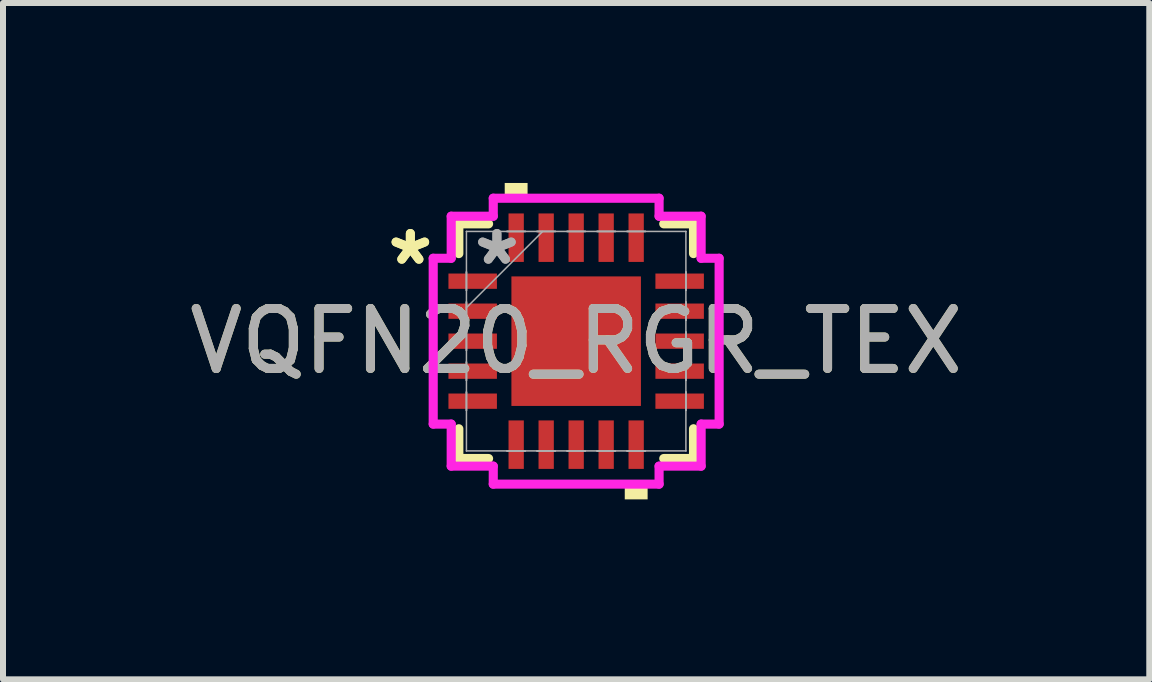
<source format=kicad_pcb>
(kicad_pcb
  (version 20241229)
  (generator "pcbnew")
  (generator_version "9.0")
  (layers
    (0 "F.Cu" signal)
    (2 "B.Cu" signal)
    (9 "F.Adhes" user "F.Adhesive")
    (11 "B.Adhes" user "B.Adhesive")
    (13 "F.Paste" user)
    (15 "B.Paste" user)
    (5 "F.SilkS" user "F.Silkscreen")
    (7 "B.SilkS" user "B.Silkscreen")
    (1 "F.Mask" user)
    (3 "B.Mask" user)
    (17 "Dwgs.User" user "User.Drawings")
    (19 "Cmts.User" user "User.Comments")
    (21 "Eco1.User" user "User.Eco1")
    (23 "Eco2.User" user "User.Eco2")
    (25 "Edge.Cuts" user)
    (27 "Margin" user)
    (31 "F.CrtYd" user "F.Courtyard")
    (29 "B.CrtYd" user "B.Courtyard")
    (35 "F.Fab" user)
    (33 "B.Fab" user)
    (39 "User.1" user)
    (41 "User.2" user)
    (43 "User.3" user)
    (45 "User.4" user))
  (footprint "VQFN20_RGR_TEX"
    (layer "F.Cu")
    (at 6.554 2.637)
    (property "Reference" "VQFN20_RGR_TEX" (at 0 0 0) (unlocked yes) (layer "F.SilkS") (effects (font (size 1 1) (thickness 0.15))))
    (attr smd)
    (fp_line (start -1.956 -1.956) (end -1.956 -1.46) (stroke (width 0.152) (type solid)) (layer "F.SilkS"))
    (fp_line (start -1.956 1.46) (end -1.956 1.956) (stroke (width 0.152) (type solid)) (layer "F.SilkS"))
    (fp_line (start -1.956 1.956) (end -1.46 1.956) (stroke (width 0.152) (type solid)) (layer "F.SilkS"))
    (fp_line (start -1.46 -1.956) (end -1.956 -1.956) (stroke (width 0.152) (type solid)) (layer "F.SilkS"))
    (fp_line (start 1.46 1.956) (end 1.956 1.956) (stroke (width 0.152) (type solid)) (layer "F.SilkS"))
    (fp_line (start 1.956 -1.956) (end 1.46 -1.956) (stroke (width 0.152) (type solid)) (layer "F.SilkS"))
    (fp_line (start 1.956 -1.46) (end 1.956 -1.956) (stroke (width 0.152) (type solid)) (layer "F.SilkS"))
    (fp_line (start 1.956 1.956) (end 1.956 1.46) (stroke (width 0.152) (type solid)) (layer "F.SilkS"))
    (fp_poly (pts (xy -1.191 -2.383) (xy -1.191 -2.637) (xy -0.81 -2.637) (xy -0.81 -2.383)) (stroke (width 0) (type solid)) (fill yes) (layer "F.SilkS"))
    (fp_poly (pts (xy 0.81 2.383) (xy 0.81 2.637) (xy 1.191 2.637) (xy 1.191 2.383)) (stroke (width 0) (type solid)) (fill yes) (layer "F.SilkS"))
    (fp_line (start -2.383 -1.382) (end -2.083 -1.382) (stroke (width 0.152) (type solid)) (layer "F.CrtYd"))
    (fp_line (start -2.383 1.382) (end -2.383 -1.382) (stroke (width 0.152) (type solid)) (layer "F.CrtYd"))
    (fp_line (start -2.083 -2.083) (end -1.382 -2.083) (stroke (width 0.152) (type solid)) (layer "F.CrtYd"))
    (fp_line (start -2.083 -1.382) (end -2.083 -2.083) (stroke (width 0.152) (type solid)) (layer "F.CrtYd"))
    (fp_line (start -2.083 1.382) (end -2.383 1.382) (stroke (width 0.152) (type solid)) (layer "F.CrtYd"))
    (fp_line (start -2.083 2.083) (end -2.083 1.382) (stroke (width 0.152) (type solid)) (layer "F.CrtYd"))
    (fp_line (start -1.382 -2.383) (end 1.382 -2.383) (stroke (width 0.152) (type solid)) (layer "F.CrtYd"))
    (fp_line (start -1.382 -2.083) (end -1.382 -2.383) (stroke (width 0.152) (type solid)) (layer "F.CrtYd"))
    (fp_line (start -1.382 2.083) (end -2.083 2.083) (stroke (width 0.152) (type solid)) (layer "F.CrtYd"))
    (fp_line (start -1.382 2.383) (end -1.382 2.083) (stroke (width 0.152) (type solid)) (layer "F.CrtYd"))
    (fp_line (start 1.382 -2.383) (end 1.382 -2.083) (stroke (width 0.152) (type solid)) (layer "F.CrtYd"))
    (fp_line (start 1.382 -2.083) (end 2.083 -2.083) (stroke (width 0.152) (type solid)) (layer "F.CrtYd"))
    (fp_line (start 1.382 2.083) (end 1.382 2.383) (stroke (width 0.152) (type solid)) (layer "F.CrtYd"))
    (fp_line (start 1.382 2.383) (end -1.382 2.383) (stroke (width 0.152) (type solid)) (layer "F.CrtYd"))
    (fp_line (start 2.083 -2.083) (end 2.083 -1.382) (stroke (width 0.152) (type solid)) (layer "F.CrtYd"))
    (fp_line (start 2.083 -1.382) (end 2.383 -1.382) (stroke (width 0.152) (type solid)) (layer "F.CrtYd"))
    (fp_line (start 2.083 1.382) (end 2.083 2.083) (stroke (width 0.152) (type solid)) (layer "F.CrtYd"))
    (fp_line (start 2.083 2.083) (end 1.382 2.083) (stroke (width 0.152) (type solid)) (layer "F.CrtYd"))
    (fp_line (start 2.383 -1.382) (end 2.383 1.382) (stroke (width 0.152) (type solid)) (layer "F.CrtYd"))
    (fp_line (start 2.383 1.382) (end 2.083 1.382) (stroke (width 0.152) (type solid)) (layer "F.CrtYd"))
    (fp_line (start -1.829 -1.829) (end -1.829 -1.829) (stroke (width 0.025) (type solid)) (layer "F.Fab"))
    (fp_line (start -1.829 -1.829) (end -1.829 1.829) (stroke (width 0.025) (type solid)) (layer "F.Fab"))
    (fp_line (start -1.829 -1.153) (end -1.829 -1.153) (stroke (width 0.025) (type solid)) (layer "F.Fab"))
    (fp_line (start -1.829 -1.153) (end -1.829 -0.848) (stroke (width 0.025) (type solid)) (layer "F.Fab"))
    (fp_line (start -1.829 -0.848) (end -1.829 -1.153) (stroke (width 0.025) (type solid)) (layer "F.Fab"))
    (fp_line (start -1.829 -0.848) (end -1.829 -0.848) (stroke (width 0.025) (type solid)) (layer "F.Fab"))
    (fp_line (start -1.829 -0.653) (end -1.829 -0.653) (stroke (width 0.025) (type solid)) (layer "F.Fab"))
    (fp_line (start -1.829 -0.653) (end -1.829 -0.348) (stroke (width 0.025) (type solid)) (layer "F.Fab"))
    (fp_line (start -1.829 -0.559) (end -0.559 -1.829) (stroke (width 0.025) (type solid)) (layer "F.Fab"))
    (fp_line (start -1.829 -0.348) (end -1.829 -0.653) (stroke (width 0.025) (type solid)) (layer "F.Fab"))
    (fp_line (start -1.829 -0.348) (end -1.829 -0.348) (stroke (width 0.025) (type solid)) (layer "F.Fab"))
    (fp_line (start -1.829 -0.152) (end -1.829 -0.152) (stroke (width 0.025) (type solid)) (layer "F.Fab"))
    (fp_line (start -1.829 -0.152) (end -1.829 0.152) (stroke (width 0.025) (type solid)) (layer "F.Fab"))
    (fp_line (start -1.829 0.152) (end -1.829 -0.152) (stroke (width 0.025) (type solid)) (layer "F.Fab"))
    (fp_line (start -1.829 0.152) (end -1.829 0.152) (stroke (width 0.025) (type solid)) (layer "F.Fab"))
    (fp_line (start -1.829 0.348) (end -1.829 0.348) (stroke (width 0.025) (type solid)) (layer "F.Fab"))
    (fp_line (start -1.829 0.348) (end -1.829 0.653) (stroke (width 0.025) (type solid)) (layer "F.Fab"))
    (fp_line (start -1.829 0.653) (end -1.829 0.348) (stroke (width 0.025) (type solid)) (layer "F.Fab"))
    (fp_line (start -1.829 0.653) (end -1.829 0.653) (stroke (width 0.025) (type solid)) (layer "F.Fab"))
    (fp_line (start -1.829 0.848) (end -1.829 0.848) (stroke (width 0.025) (type solid)) (layer "F.Fab"))
    (fp_line (start -1.829 0.848) (end -1.829 1.153) (stroke (width 0.025) (type solid)) (layer "F.Fab"))
    (fp_line (start -1.829 1.153) (end -1.829 0.848) (stroke (width 0.025) (type solid)) (layer "F.Fab"))
    (fp_line (start -1.829 1.153) (end -1.829 1.153) (stroke (width 0.025) (type solid)) (layer "F.Fab"))
    (fp_line (start -1.829 1.829) (end -1.829 1.829) (stroke (width 0.025) (type solid)) (layer "F.Fab"))
    (fp_line (start -1.829 1.829) (end 1.829 1.829) (stroke (width 0.025) (type solid)) (layer "F.Fab"))
    (fp_line (start -1.153 -1.829) (end -1.153 -1.829) (stroke (width 0.025) (type solid)) (layer "F.Fab"))
    (fp_line (start -1.153 -1.829) (end -0.848 -1.829) (stroke (width 0.025) (type solid)) (layer "F.Fab"))
    (fp_line (start -1.153 1.829) (end -1.153 1.829) (stroke (width 0.025) (type solid)) (layer "F.Fab"))
    (fp_line (start -1.153 1.829) (end -0.848 1.829) (stroke (width 0.025) (type solid)) (layer "F.Fab"))
    (fp_line (start -0.848 -1.829) (end -1.153 -1.829) (stroke (width 0.025) (type solid)) (layer "F.Fab"))
    (fp_line (start -0.848 -1.829) (end -0.848 -1.829) (stroke (width 0.025) (type solid)) (layer "F.Fab"))
    (fp_line (start -0.848 1.829) (end -1.153 1.829) (stroke (width 0.025) (type solid)) (layer "F.Fab"))
    (fp_line (start -0.848 1.829) (end -0.848 1.829) (stroke (width 0.025) (type solid)) (layer "F.Fab"))
    (fp_line (start -0.653 -1.829) (end -0.653 -1.829) (stroke (width 0.025) (type solid)) (layer "F.Fab"))
    (fp_line (start -0.653 -1.829) (end -0.348 -1.829) (stroke (width 0.025) (type solid)) (layer "F.Fab"))
    (fp_line (start -0.653 1.829) (end -0.653 1.829) (stroke (width 0.025) (type solid)) (layer "F.Fab"))
    (fp_line (start -0.653 1.829) (end -0.348 1.829) (stroke (width 0.025) (type solid)) (layer "F.Fab"))
    (fp_line (start -0.348 -1.829) (end -0.653 -1.829) (stroke (width 0.025) (type solid)) (layer "F.Fab"))
    (fp_line (start -0.348 -1.829) (end -0.348 -1.829) (stroke (width 0.025) (type solid)) (layer "F.Fab"))
    (fp_line (start -0.348 1.829) (end -0.653 1.829) (stroke (width 0.025) (type solid)) (layer "F.Fab"))
    (fp_line (start -0.348 1.829) (end -0.348 1.829) (stroke (width 0.025) (type solid)) (layer "F.Fab"))
    (fp_line (start -0.152 -1.829) (end -0.152 -1.829) (stroke (width 0.025) (type solid)) (layer "F.Fab"))
    (fp_line (start -0.152 -1.829) (end 0.152 -1.829) (stroke (width 0.025) (type solid)) (layer "F.Fab"))
    (fp_line (start -0.152 1.829) (end -0.152 1.829) (stroke (width 0.025) (type solid)) (layer "F.Fab"))
    (fp_line (start -0.152 1.829) (end 0.152 1.829) (stroke (width 0.025) (type solid)) (layer "F.Fab"))
    (fp_line (start 0.152 -1.829) (end -0.152 -1.829) (stroke (width 0.025) (type solid)) (layer "F.Fab"))
    (fp_line (start 0.152 -1.829) (end 0.152 -1.829) (stroke (width 0.025) (type solid)) (layer "F.Fab"))
    (fp_line (start 0.152 1.829) (end -0.152 1.829) (stroke (width 0.025) (type solid)) (layer "F.Fab"))
    (fp_line (start 0.152 1.829) (end 0.152 1.829) (stroke (width 0.025) (type solid)) (layer "F.Fab"))
    (fp_line (start 0.348 -1.829) (end 0.348 -1.829) (stroke (width 0.025) (type solid)) (layer "F.Fab"))
    (fp_line (start 0.348 -1.829) (end 0.653 -1.829) (stroke (width 0.025) (type solid)) (layer "F.Fab"))
    (fp_line (start 0.348 1.829) (end 0.348 1.829) (stroke (width 0.025) (type solid)) (layer "F.Fab"))
    (fp_line (start 0.348 1.829) (end 0.653 1.829) (stroke (width 0.025) (type solid)) (layer "F.Fab"))
    (fp_line (start 0.653 -1.829) (end 0.348 -1.829) (stroke (width 0.025) (type solid)) (layer "F.Fab"))
    (fp_line (start 0.653 -1.829) (end 0.653 -1.829) (stroke (width 0.025) (type solid)) (layer "F.Fab"))
    (fp_line (start 0.653 1.829) (end 0.348 1.829) (stroke (width 0.025) (type solid)) (layer "F.Fab"))
    (fp_line (start 0.653 1.829) (end 0.653 1.829) (stroke (width 0.025) (type solid)) (layer "F.Fab"))
    (fp_line (start 0.848 -1.829) (end 0.848 -1.829) (stroke (width 0.025) (type solid)) (layer "F.Fab"))
    (fp_line (start 0.848 -1.829) (end 1.153 -1.829) (stroke (width 0.025) (type solid)) (layer "F.Fab"))
    (fp_line (start 0.848 1.829) (end 0.848 1.829) (stroke (width 0.025) (type solid)) (layer "F.Fab"))
    (fp_line (start 0.848 1.829) (end 1.153 1.829) (stroke (width 0.025) (type solid)) (layer "F.Fab"))
    (fp_line (start 1.153 -1.829) (end 0.848 -1.829) (stroke (width 0.025) (type solid)) (layer "F.Fab"))
    (fp_line (start 1.153 -1.829) (end 1.153 -1.829) (stroke (width 0.025) (type solid)) (layer "F.Fab"))
    (fp_line (start 1.153 1.829) (end 0.848 1.829) (stroke (width 0.025) (type solid)) (layer "F.Fab"))
    (fp_line (start 1.153 1.829) (end 1.153 1.829) (stroke (width 0.025) (type solid)) (layer "F.Fab"))
    (fp_line (start 1.829 -1.829) (end -1.829 -1.829) (stroke (width 0.025) (type solid)) (layer "F.Fab"))
    (fp_line (start 1.829 -1.829) (end 1.829 -1.829) (stroke (width 0.025) (type solid)) (layer "F.Fab"))
    (fp_line (start 1.829 -1.153) (end 1.829 -1.153) (stroke (width 0.025) (type solid)) (layer "F.Fab"))
    (fp_line (start 1.829 -1.153) (end 1.829 -0.848) (stroke (width 0.025) (type solid)) (layer "F.Fab"))
    (fp_line (start 1.829 -0.848) (end 1.829 -1.153) (stroke (width 0.025) (type solid)) (layer "F.Fab"))
    (fp_line (start 1.829 -0.848) (end 1.829 -0.848) (stroke (width 0.025) (type solid)) (layer "F.Fab"))
    (fp_line (start 1.829 -0.653) (end 1.829 -0.653) (stroke (width 0.025) (type solid)) (layer "F.Fab"))
    (fp_line (start 1.829 -0.653) (end 1.829 -0.348) (stroke (width 0.025) (type solid)) (layer "F.Fab"))
    (fp_line (start 1.829 -0.348) (end 1.829 -0.653) (stroke (width 0.025) (type solid)) (layer "F.Fab"))
    (fp_line (start 1.829 -0.348) (end 1.829 -0.348) (stroke (width 0.025) (type solid)) (layer "F.Fab"))
    (fp_line (start 1.829 -0.152) (end 1.829 -0.152) (stroke (width 0.025) (type solid)) (layer "F.Fab"))
    (fp_line (start 1.829 -0.152) (end 1.829 0.152) (stroke (width 0.025) (type solid)) (layer "F.Fab"))
    (fp_line (start 1.829 0.152) (end 1.829 -0.152) (stroke (width 0.025) (type solid)) (layer "F.Fab"))
    (fp_line (start 1.829 0.152) (end 1.829 0.152) (stroke (width 0.025) (type solid)) (layer "F.Fab"))
    (fp_line (start 1.829 0.348) (end 1.829 0.348) (stroke (width 0.025) (type solid)) (layer "F.Fab"))
    (fp_line (start 1.829 0.348) (end 1.829 0.653) (stroke (width 0.025) (type solid)) (layer "F.Fab"))
    (fp_line (start 1.829 0.653) (end 1.829 0.348) (stroke (width 0.025) (type solid)) (layer "F.Fab"))
    (fp_line (start 1.829 0.653) (end 1.829 0.653) (stroke (width 0.025) (type solid)) (layer "F.Fab"))
    (fp_line (start 1.829 0.848) (end 1.829 0.848) (stroke (width 0.025) (type solid)) (layer "F.Fab"))
    (fp_line (start 1.829 0.848) (end 1.829 1.153) (stroke (width 0.025) (type solid)) (layer "F.Fab"))
    (fp_line (start 1.829 1.153) (end 1.829 0.848) (stroke (width 0.025) (type solid)) (layer "F.Fab"))
    (fp_line (start 1.829 1.153) (end 1.829 1.153) (stroke (width 0.025) (type solid)) (layer "F.Fab"))
    (fp_line (start 1.829 1.829) (end 1.829 -1.829) (stroke (width 0.025) (type solid)) (layer "F.Fab"))
    (fp_line (start 1.829 1.829) (end 1.829 1.829) (stroke (width 0.025) (type solid)) (layer "F.Fab"))
    (fp_text user "*" (at -2.764 -1.25 0) (layer "F.SilkS") (effects (font (size 1 1) (thickness 0.15))))
    (fp_text user "*" (at -2.764 -1.25 0) (unlocked yes) (layer "F.SilkS") (effects (font (size 1 1) (thickness 0.15))))
    (fp_text user "*" (at -1.321 -1.25 0) (unlocked yes) (layer "F.Fab") (effects (font (size 1 1) (thickness 0.15))))
    (fp_text user "*" (at -1.321 -1.25 0) (layer "F.Fab") (effects (font (size 1 1) (thickness 0.15))))
    (fp_text user "${REFERENCE}" (at 0 0 0) (unlocked yes) (layer "F.Fab") (effects (font (size 1 1) (thickness 0.15))))
    (pad "1" smd rect (at -1.725 -1 90) (size 0.255 0.808) (layers "F.Cu" "F.Mask" "F.Paste"))
    (pad "2" smd rect (at -1.725 -0.5 90) (size 0.255 0.808) (layers "F.Cu" "F.Mask" "F.Paste"))
    (pad "3" smd rect (at -1.725 0 90) (size 0.255 0.808) (layers "F.Cu" "F.Mask" "F.Paste"))
    (pad "4" smd rect (at -1.725 0.5 90) (size 0.255 0.808) (layers "F.Cu" "F.Mask" "F.Paste"))
    (pad "5" smd rect (at -1.725 1 90) (size 0.255 0.808) (layers "F.Cu" "F.Mask" "F.Paste"))
    (pad "6" smd rect (at -1 1.725) (size 0.255 0.808) (layers "F.Cu" "F.Mask" "F.Paste"))
    (pad "7" smd rect (at -0.5 1.725) (size 0.255 0.808) (layers "F.Cu" "F.Mask" "F.Paste"))
    (pad "8" smd rect (at 0 1.725) (size 0.255 0.808) (layers "F.Cu" "F.Mask" "F.Paste"))
    (pad "9" smd rect (at 0.5 1.725) (size 0.255 0.808) (layers "F.Cu" "F.Mask" "F.Paste"))
    (pad "10" smd rect (at 1 1.725) (size 0.255 0.808) (layers "F.Cu" "F.Mask" "F.Paste"))
    (pad "11" smd rect (at 1.725 1 90) (size 0.255 0.808) (layers "F.Cu" "F.Mask" "F.Paste"))
    (pad "12" smd rect (at 1.725 0.5 90) (size 0.255 0.808) (layers "F.Cu" "F.Mask" "F.Paste"))
    (pad "13" smd rect (at 1.725 0 90) (size 0.255 0.808) (layers "F.Cu" "F.Mask" "F.Paste"))
    (pad "14" smd rect (at 1.725 -0.5 90) (size 0.255 0.808) (layers "F.Cu" "F.Mask" "F.Paste"))
    (pad "15" smd rect (at 1.725 -1 90) (size 0.255 0.808) (layers "F.Cu" "F.Mask" "F.Paste"))
    (pad "16" smd rect (at 1 -1.725) (size 0.255 0.808) (layers "F.Cu" "F.Mask" "F.Paste"))
    (pad "17" smd rect (at 0.5 -1.725) (size 0.255 0.808) (layers "F.Cu" "F.Mask" "F.Paste"))
    (pad "18" smd rect (at 0 -1.725) (size 0.255 0.808) (layers "F.Cu" "F.Mask" "F.Paste"))
    (pad "19" smd rect (at -0.5 -1.725) (size 0.255 0.808) (layers "F.Cu" "F.Mask" "F.Paste"))
    (pad "20" smd rect (at -1 -1.725) (size 0.255 0.808) (layers "F.Cu" "F.Mask" "F.Paste"))
    (pad "21" smd rect (at 0 0) (size 2.159 2.159) (layers "F.Cu" "F.Mask" "F.Paste")))
  (gr_rect
    (start -3 -3)
    (end 16.107 8.274)
    (stroke (width 0.1) (type default))
    (fill no)
    (layer "Edge.Cuts")))
</source>
